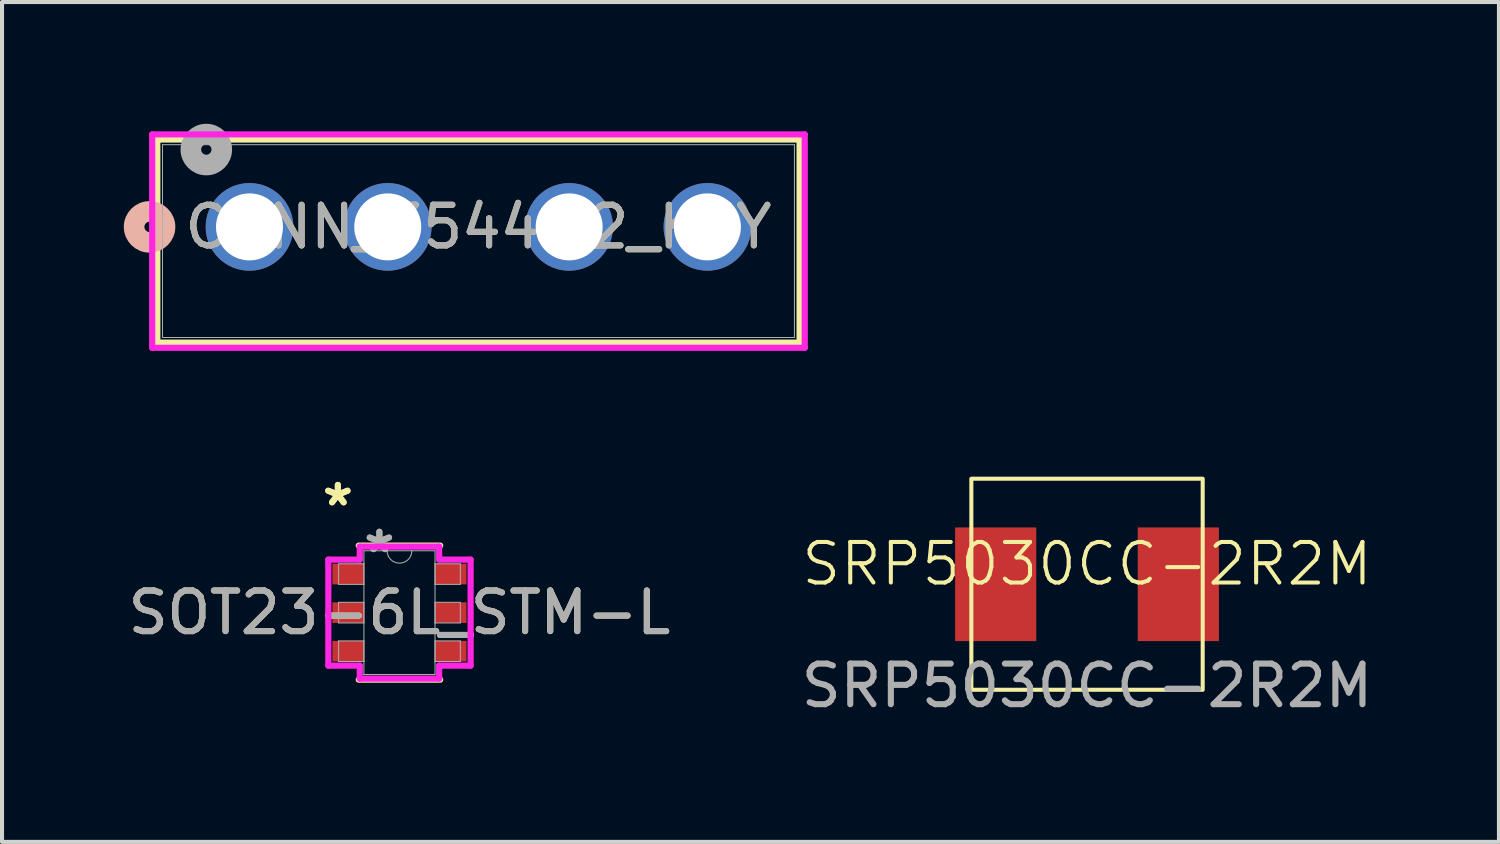
<source format=kicad_pcb>
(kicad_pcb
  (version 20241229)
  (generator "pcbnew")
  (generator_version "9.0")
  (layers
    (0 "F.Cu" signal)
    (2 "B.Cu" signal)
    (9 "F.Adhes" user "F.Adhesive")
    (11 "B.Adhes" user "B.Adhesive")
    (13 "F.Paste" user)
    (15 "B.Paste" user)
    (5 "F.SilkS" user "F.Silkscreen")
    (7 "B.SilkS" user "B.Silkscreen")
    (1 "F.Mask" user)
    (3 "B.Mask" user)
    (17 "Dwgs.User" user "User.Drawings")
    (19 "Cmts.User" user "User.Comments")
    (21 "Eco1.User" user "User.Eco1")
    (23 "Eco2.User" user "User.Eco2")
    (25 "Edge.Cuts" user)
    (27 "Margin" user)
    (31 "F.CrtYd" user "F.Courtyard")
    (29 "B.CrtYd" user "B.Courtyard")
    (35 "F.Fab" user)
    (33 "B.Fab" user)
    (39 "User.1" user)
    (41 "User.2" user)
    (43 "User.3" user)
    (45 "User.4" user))
  (footprint "CONN_3544-2_KEY"
    (layer "F.Cu")
    (at 3.097 2.54)
    (property "Reference" "CONN_3544-2_KEY" (at 5.641 0 0) (unlocked yes) (layer "F.SilkS") (effects (font (size 1 1) (thickness 0.15))))
    (attr through_hole)
    (fp_line (start -2.271 -2.152) (end 13.553 -2.152) (stroke (width 0.152) (type solid)) (layer "F.SilkS"))
    (fp_line (start -2.271 2.852) (end -2.271 -2.152) (stroke (width 0.152) (type solid)) (layer "F.SilkS"))
    (fp_line (start 13.553 -2.152) (end 13.553 2.852) (stroke (width 0.152) (type solid)) (layer "F.SilkS"))
    (fp_line (start 13.553 2.852) (end -2.271 2.852) (stroke (width 0.152) (type solid)) (layer "F.SilkS"))
    (fp_circle (center -2.462 0) (end -2.081 0) (stroke (width 0.508) (type solid)) (fill no) (layer "B.SilkS"))
    (fp_line (start -2.397 -2.279) (end -2.397 2.979) (stroke (width 0.152) (type solid)) (layer "F.CrtYd"))
    (fp_line (start -2.397 2.979) (end 13.68 2.979) (stroke (width 0.152) (type solid)) (layer "F.CrtYd"))
    (fp_line (start 13.68 -2.279) (end -2.397 -2.279) (stroke (width 0.152) (type solid)) (layer "F.CrtYd"))
    (fp_line (start 13.68 2.979) (end 13.68 -2.279) (stroke (width 0.152) (type solid)) (layer "F.CrtYd"))
    (fp_line (start -2.143 -2.025) (end -2.143 2.725) (stroke (width 0.025) (type solid)) (layer "F.Fab"))
    (fp_line (start -2.143 2.725) (end 13.426 2.725) (stroke (width 0.025) (type solid)) (layer "F.Fab"))
    (fp_line (start 13.426 -2.025) (end -2.143 -2.025) (stroke (width 0.025) (type solid)) (layer "F.Fab"))
    (fp_line (start 13.426 2.725) (end 13.426 -2.025) (stroke (width 0.025) (type solid)) (layer "F.Fab"))
    (fp_circle (center -1.064 -1.905) (end -0.683 -1.905) (stroke (width 0.508) (type solid)) (fill no) (layer "F.Fab"))
    (fp_text user "${REFERENCE}" (at 5.641 0 0) (unlocked yes) (layer "F.Fab") (effects (font (size 1 1) (thickness 0.15))))
    (pad "1" thru_hole circle (at 0 0) (size 2.159 2.159) (drill 1.651) (layers "*.Cu" "*.Mask"))
    (pad "2" thru_hole circle (at 3.406 0) (size 2.159 2.159) (drill 1.651) (layers "*.Cu" "*.Mask"))
    (pad "3" thru_hole circle (at 7.876 0) (size 2.159 2.159) (drill 1.651) (layers "*.Cu" "*.Mask"))
    (pad "4" thru_hole circle (at 11.282 0) (size 2.159 2.159) (drill 1.651) (layers "*.Cu" "*.Mask")))
  (footprint "SOT23-6L_STM-L"
    (layer "F.Cu")
    (at 6.792 12.044)
    (property "Reference" "SOT23-6L_STM-L" (at 0 0 0) (unlocked yes) (layer "F.SilkS") (effects (font (size 1 1) (thickness 0.15))))
    (attr smd)
    (fp_line (start -1.003 1.651) (end 1.003 1.651) (stroke (width 0.152) (type solid)) (layer "F.SilkS"))
    (fp_line (start 1.003 -1.651) (end -1.003 -1.651) (stroke (width 0.152) (type solid)) (layer "F.SilkS"))
    (fp_line (start -1.753 -1.306) (end -0.978 -1.306) (stroke (width 0.152) (type solid)) (layer "F.CrtYd"))
    (fp_line (start -1.753 1.306) (end -1.753 -1.306) (stroke (width 0.152) (type solid)) (layer "F.CrtYd"))
    (fp_line (start -1.753 1.306) (end -0.978 1.306) (stroke (width 0.152) (type solid)) (layer "F.CrtYd"))
    (fp_line (start -0.978 -1.626) (end 0.978 -1.626) (stroke (width 0.152) (type solid)) (layer "F.CrtYd"))
    (fp_line (start -0.978 -1.306) (end -0.978 -1.626) (stroke (width 0.152) (type solid)) (layer "F.CrtYd"))
    (fp_line (start -0.978 1.626) (end -0.978 1.306) (stroke (width 0.152) (type solid)) (layer "F.CrtYd"))
    (fp_line (start 0.978 -1.626) (end 0.978 -1.306) (stroke (width 0.152) (type solid)) (layer "F.CrtYd"))
    (fp_line (start 0.978 1.306) (end 0.978 1.626) (stroke (width 0.152) (type solid)) (layer "F.CrtYd"))
    (fp_line (start 0.978 1.626) (end -0.978 1.626) (stroke (width 0.152) (type solid)) (layer "F.CrtYd"))
    (fp_line (start 1.753 -1.306) (end 0.978 -1.306) (stroke (width 0.152) (type solid)) (layer "F.CrtYd"))
    (fp_line (start 1.753 -1.306) (end 1.753 1.306) (stroke (width 0.152) (type solid)) (layer "F.CrtYd"))
    (fp_line (start 1.753 1.306) (end 0.978 1.306) (stroke (width 0.152) (type solid)) (layer "F.CrtYd"))
    (fp_line (start -1.499 -1.204) (end -1.499 -0.696) (stroke (width 0.025) (type solid)) (layer "F.Fab"))
    (fp_line (start -1.499 -0.696) (end -0.876 -0.696) (stroke (width 0.025) (type solid)) (layer "F.Fab"))
    (fp_line (start -1.499 -0.254) (end -1.499 0.254) (stroke (width 0.025) (type solid)) (layer "F.Fab"))
    (fp_line (start -1.499 0.254) (end -0.876 0.254) (stroke (width 0.025) (type solid)) (layer "F.Fab"))
    (fp_line (start -1.499 0.696) (end -1.499 1.204) (stroke (width 0.025) (type solid)) (layer "F.Fab"))
    (fp_line (start -1.499 1.204) (end -0.876 1.204) (stroke (width 0.025) (type solid)) (layer "F.Fab"))
    (fp_line (start -0.876 -1.524) (end -0.876 1.524) (stroke (width 0.025) (type solid)) (layer "F.Fab"))
    (fp_line (start -0.876 -1.204) (end -1.499 -1.204) (stroke (width 0.025) (type solid)) (layer "F.Fab"))
    (fp_line (start -0.876 -0.696) (end -0.876 -1.204) (stroke (width 0.025) (type solid)) (layer "F.Fab"))
    (fp_line (start -0.876 -0.254) (end -1.499 -0.254) (stroke (width 0.025) (type solid)) (layer "F.Fab"))
    (fp_line (start -0.876 0.254) (end -0.876 -0.254) (stroke (width 0.025) (type solid)) (layer "F.Fab"))
    (fp_line (start -0.876 0.696) (end -1.499 0.696) (stroke (width 0.025) (type solid)) (layer "F.Fab"))
    (fp_line (start -0.876 1.204) (end -0.876 0.696) (stroke (width 0.025) (type solid)) (layer "F.Fab"))
    (fp_line (start -0.876 1.524) (end 0.876 1.524) (stroke (width 0.025) (type solid)) (layer "F.Fab"))
    (fp_line (start 0.876 -1.524) (end -0.876 -1.524) (stroke (width 0.025) (type solid)) (layer "F.Fab"))
    (fp_line (start 0.876 -1.204) (end 0.876 -0.696) (stroke (width 0.025) (type solid)) (layer "F.Fab"))
    (fp_line (start 0.876 -0.696) (end 1.499 -0.696) (stroke (width 0.025) (type solid)) (layer "F.Fab"))
    (fp_line (start 0.876 -0.254) (end 0.876 0.254) (stroke (width 0.025) (type solid)) (layer "F.Fab"))
    (fp_line (start 0.876 0.254) (end 1.499 0.254) (stroke (width 0.025) (type solid)) (layer "F.Fab"))
    (fp_line (start 0.876 0.696) (end 0.876 1.204) (stroke (width 0.025) (type solid)) (layer "F.Fab"))
    (fp_line (start 0.876 1.204) (end 1.499 1.204) (stroke (width 0.025) (type solid)) (layer "F.Fab"))
    (fp_line (start 0.876 1.524) (end 0.876 -1.524) (stroke (width 0.025) (type solid)) (layer "F.Fab"))
    (fp_line (start 1.499 -1.204) (end 0.876 -1.204) (stroke (width 0.025) (type solid)) (layer "F.Fab"))
    (fp_line (start 1.499 -0.696) (end 1.499 -1.204) (stroke (width 0.025) (type solid)) (layer "F.Fab"))
    (fp_line (start 1.499 -0.254) (end 0.876 -0.254) (stroke (width 0.025) (type solid)) (layer "F.Fab"))
    (fp_line (start 1.499 0.254) (end 1.499 -0.254) (stroke (width 0.025) (type solid)) (layer "F.Fab"))
    (fp_line (start 1.499 0.696) (end 0.876 0.696) (stroke (width 0.025) (type solid)) (layer "F.Fab"))
    (fp_line (start 1.499 1.204) (end 1.499 0.696) (stroke (width 0.025) (type solid)) (layer "F.Fab"))
    (fp_arc (start 0.3048 -1.524) (mid 0 -1.2192) (end -0.3048 -1.524) (stroke (width 0.0254) (type solid)) (layer "F.Fab"))
    (fp_text user "*" (at -1.518 -2.601 0) (unlocked yes) (layer "F.SilkS") (effects (font (size 1 1) (thickness 0.15))))
    (fp_text user "*" (at -1.518 -2.601 0) (layer "F.SilkS") (effects (font (size 1 1) (thickness 0.15))))
    (fp_text user "${REFERENCE}" (at 0 0 0) (unlocked yes) (layer "F.Fab") (effects (font (size 1 1) (thickness 0.15))))
    (fp_text user "*" (at -0.495 -1.448 0) (unlocked yes) (layer "F.Fab") (effects (font (size 1 1) (thickness 0.15))))
    (fp_text user "*" (at -0.495 -1.448 0) (layer "F.Fab") (effects (font (size 1 1) (thickness 0.15))))
    (pad "1" smd rect (at -1.264 -0.95) (size 0.775 0.508) (layers "F.Cu" "F.Mask" "F.Paste"))
    (pad "2" smd rect (at -1.264 0) (size 0.775 0.508) (layers "F.Cu" "F.Mask" "F.Paste"))
    (pad "3" smd rect (at -1.264 0.95) (size 0.775 0.508) (layers "F.Cu" "F.Mask" "F.Paste"))
    (pad "4" smd rect (at 1.264 0.95) (size 0.775 0.508) (layers "F.Cu" "F.Mask" "F.Paste"))
    (pad "5" smd rect (at 1.264 0) (size 0.775 0.508) (layers "F.Cu" "F.Mask" "F.Paste"))
    (pad "6" smd rect (at 1.264 -0.95) (size 0.775 0.508) (layers "F.Cu" "F.Mask" "F.Paste")))
  (footprint "SRP5030CC-2R2M"
    (layer "F.Cu")
    (at 23.732 11.345)
    (property "Reference" "SRP5030CC-2R2M" (at 0 -0.5 0) (unlocked yes) (layer "F.SilkS") (effects (font (size 1 1) (thickness 0.1))))
    (attr smd)
    (fp_rect (start -2.85 -2.6) (end 2.85 2.6) (stroke (width 0.1) (type default)) (fill no) (layer "F.SilkS"))
    (fp_rect (start -3.3 -2.7) (end 3.3 2.7) (stroke (width 0.1) (type default)) (fill no) (layer "Margin"))
    (fp_text user "${REFERENCE}" (at 0 2.5 0) (unlocked yes) (layer "F.Fab") (effects (font (size 1 1) (thickness 0.15))))
    (pad "1" smd rect (at -2.25 0) (size 2 2.8) (layers "F.Cu" "F.Mask" "F.Paste"))
    (pad "2" smd rect (at 2.25 0) (size 2 2.8) (layers "F.Cu" "F.Mask" "F.Paste")))
  (gr_rect
    (start -3 -3)
    (end 33.881 17.693)
    (stroke (width 0.1) (type default))
    (fill no)
    (layer "Edge.Cuts")))
</source>
